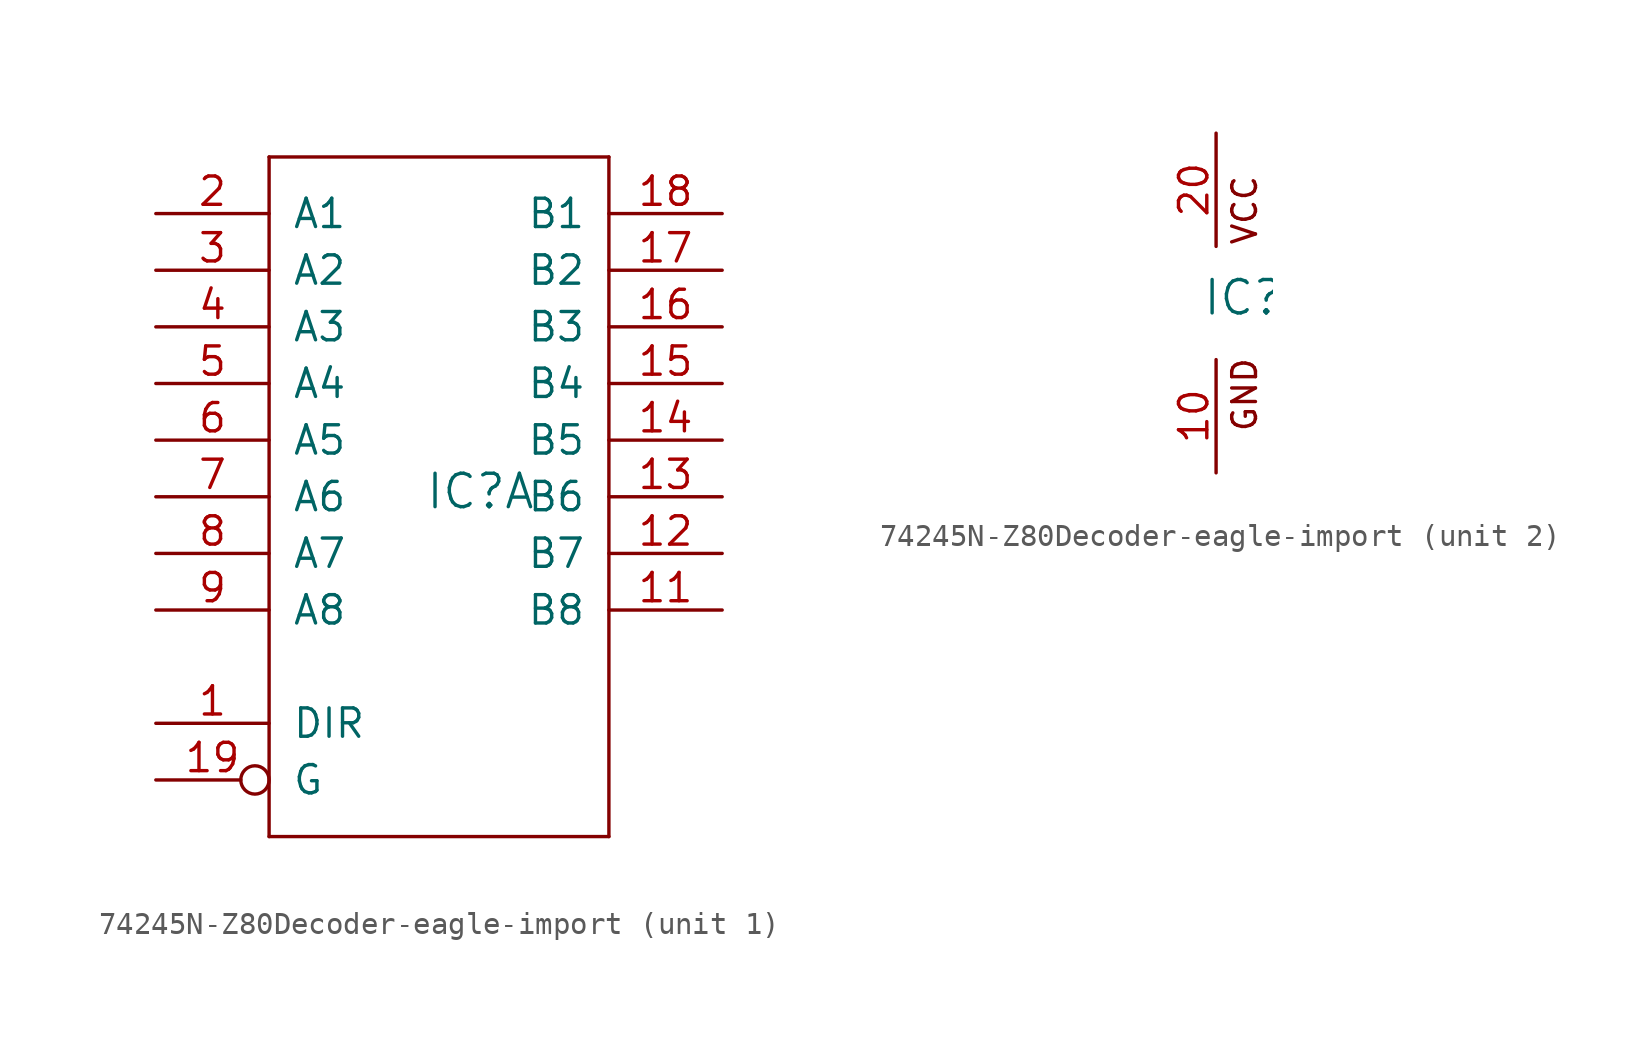
<source format=kicad_sym>
(kicad_symbol_lib
  (version 20220914)
  (generator kicad_symbol_editor)
  (symbol "74245N-Z80Decoder-eagle-import"
    (pin_names
      (offset 1.016))
    (property "Reference" "IC"
      (at -0.635 -0.635 0)
      (effects (font (size 1.499 1.499)) (justify left bottom)))
    (property "ki_locked" ""
      (at 0 0 0)
      (effects (font (size 1.27 1.27))))
    (symbol "74245N-Z80Decoder-eagle-import_1_0"
      (polyline (pts (xy -7.62 -15.24) (xy 7.62 -15.24)) (stroke (width 0) (type solid)) (fill (type none)))
      (polyline (pts (xy -7.62 15.24) (xy -7.62 -15.24)) (stroke (width 0) (type solid)) (fill (type none)))
      (polyline (pts (xy 7.62 -15.24) (xy 7.62 15.24)) (stroke (width 0) (type solid)) (fill (type none)))
      (polyline (pts (xy 7.62 15.24) (xy -7.62 15.24)) (stroke (width 0) (type solid)) (fill (type none)))
      (pin input line (at -12.7 -10.16 0) (length 5.08) (name "DIR" (effects (font (size 1.27 1.27)))) (number "1" (effects (font (size 1.27 1.27)))))
      (pin bidirectional line (at 12.7 -5.08 180) (length 5.08) (name "B8" (effects (font (size 1.27 1.27)))) (number "11" (effects (font (size 1.27 1.27)))))
      (pin bidirectional line (at 12.7 -2.54 180) (length 5.08) (name "B7" (effects (font (size 1.27 1.27)))) (number "12" (effects (font (size 1.27 1.27)))))
      (pin bidirectional line (at 12.7 0 180) (length 5.08) (name "B6" (effects (font (size 1.27 1.27)))) (number "13" (effects (font (size 1.27 1.27)))))
      (pin bidirectional line (at 12.7 2.54 180) (length 5.08) (name "B5" (effects (font (size 1.27 1.27)))) (number "14" (effects (font (size 1.27 1.27)))))
      (pin bidirectional line (at 12.7 5.08 180) (length 5.08) (name "B4" (effects (font (size 1.27 1.27)))) (number "15" (effects (font (size 1.27 1.27)))))
      (pin bidirectional line (at 12.7 7.62 180) (length 5.08) (name "B3" (effects (font (size 1.27 1.27)))) (number "16" (effects (font (size 1.27 1.27)))))
      (pin bidirectional line (at 12.7 10.16 180) (length 5.08) (name "B2" (effects (font (size 1.27 1.27)))) (number "17" (effects (font (size 1.27 1.27)))))
      (pin bidirectional line (at 12.7 12.7 180) (length 5.08) (name "B1" (effects (font (size 1.27 1.27)))) (number "18" (effects (font (size 1.27 1.27)))))
      (pin input inverted (at -12.7 -12.7 0) (length 5.08) (name "G" (effects (font (size 1.27 1.27)))) (number "19" (effects (font (size 1.27 1.27)))))
      (pin bidirectional line (at -12.7 12.7 0) (length 5.08) (name "A1" (effects (font (size 1.27 1.27)))) (number "2" (effects (font (size 1.27 1.27)))))
      (pin bidirectional line (at -12.7 10.16 0) (length 5.08) (name "A2" (effects (font (size 1.27 1.27)))) (number "3" (effects (font (size 1.27 1.27)))))
      (pin bidirectional line (at -12.7 7.62 0) (length 5.08) (name "A3" (effects (font (size 1.27 1.27)))) (number "4" (effects (font (size 1.27 1.27)))))
      (pin bidirectional line (at -12.7 5.08 0) (length 5.08) (name "A4" (effects (font (size 1.27 1.27)))) (number "5" (effects (font (size 1.27 1.27)))))
      (pin bidirectional line (at -12.7 2.54 0) (length 5.08) (name "A5" (effects (font (size 1.27 1.27)))) (number "6" (effects (font (size 1.27 1.27)))))
      (pin bidirectional line (at -12.7 0 0) (length 5.08) (name "A6" (effects (font (size 1.27 1.27)))) (number "7" (effects (font (size 1.27 1.27)))))
      (pin bidirectional line (at -12.7 -2.54 0) (length 5.08) (name "A7" (effects (font (size 1.27 1.27)))) (number "8" (effects (font (size 1.27 1.27)))))
      (pin bidirectional line (at -12.7 -5.08 0) (length 5.08) (name "A8" (effects (font (size 1.27 1.27)))) (number "9" (effects (font (size 1.27 1.27))))))
    (symbol "74245N-Z80Decoder-eagle-import_2_0"
      (text "GND" (at 1.905 -5.842 900) (effects (font (size 1.067 1.067)) (justify left bottom)))
      (text "VCC" (at 1.905 2.54 900) (effects (font (size 1.067 1.067)) (justify left bottom)))
      (pin power_in line (at 0 -7.62 90) (length 5.08) (name "GND" (effects (font (size 0 0)))) (number "10" (effects (font (size 1.27 1.27)))))
      (pin power_in line (at 0 7.62 270) (length 5.08) (name "VCC" (effects (font (size 0 0)))) (number "20" (effects (font (size 1.27 1.27))))))))
</source>
